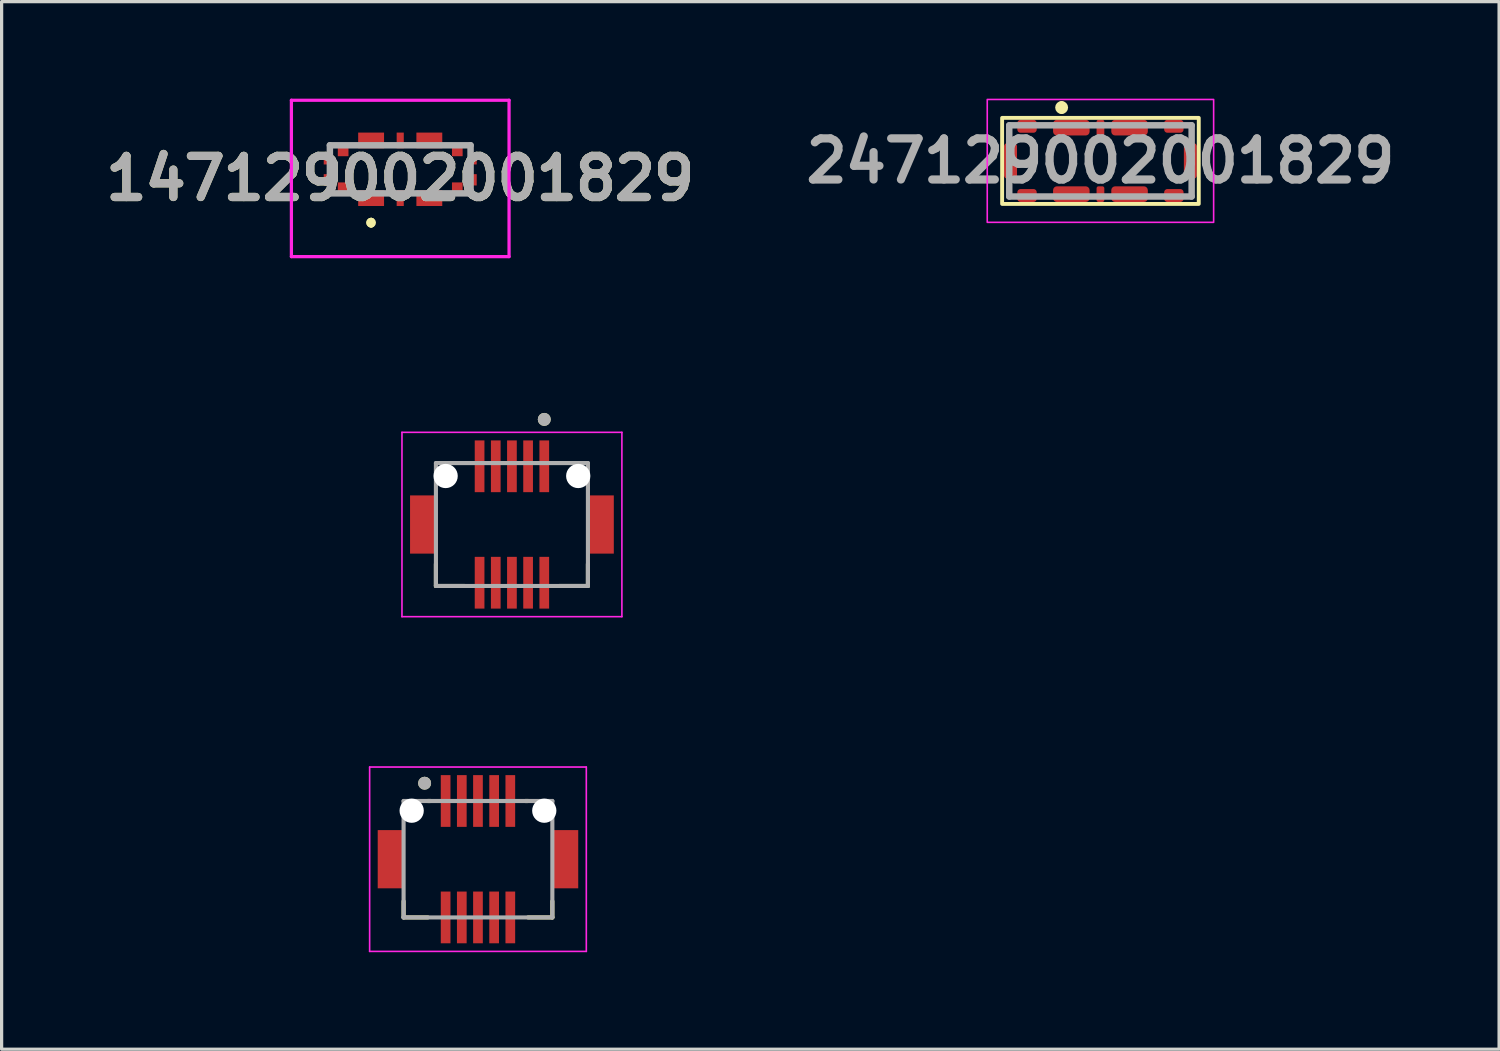
<source format=kicad_pcb>
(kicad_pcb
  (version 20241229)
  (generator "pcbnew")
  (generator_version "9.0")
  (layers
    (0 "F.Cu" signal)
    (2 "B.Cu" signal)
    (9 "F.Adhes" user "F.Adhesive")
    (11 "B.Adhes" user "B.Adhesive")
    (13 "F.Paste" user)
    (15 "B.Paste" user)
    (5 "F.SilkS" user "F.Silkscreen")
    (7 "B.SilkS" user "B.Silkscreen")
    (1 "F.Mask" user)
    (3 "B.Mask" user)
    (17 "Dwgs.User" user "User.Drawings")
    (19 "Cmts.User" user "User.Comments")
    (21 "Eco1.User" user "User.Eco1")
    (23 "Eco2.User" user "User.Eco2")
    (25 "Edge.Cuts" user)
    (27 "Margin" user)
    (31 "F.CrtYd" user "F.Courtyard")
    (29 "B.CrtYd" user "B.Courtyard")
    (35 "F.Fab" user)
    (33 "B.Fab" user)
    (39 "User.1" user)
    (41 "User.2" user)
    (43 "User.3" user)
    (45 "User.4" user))
  (footprint "247129002001829"
    (layer "F.Cu")
    (at 30.976 1.925)
    (property "Reference" "247129002001829" (at 0 0 0) (layer "User.2") (effects (font (size 1.27 1.27) (thickness 0.254))))
    (attr smd)
    (fp_rect (start -3.04 -1.33) (end 3.04 1.33) (stroke (width 0.12) (type default)) (fill no) (layer "F.SilkS"))
    (fp_arc (start -1.2 -1.75) (mid -1.1 -1.65) (end -1.2 -1.55) (stroke (width 0.2) (type solid)) (layer "F.SilkS"))
    (fp_arc (start -1.2 -1.55) (mid -1.3 -1.65) (end -1.2 -1.75) (stroke (width 0.2) (type solid)) (layer "F.SilkS"))
    (fp_rect (start -3.5 -1.9) (end 3.5 1.9) (stroke (width 0.05) (type default)) (fill no) (layer "F.CrtYd"))
    (fp_line (start -2.82 -1.1) (end 2.82 -1.1) (stroke (width 0.2) (type solid)) (layer "F.Fab"))
    (fp_line (start -2.82 1.1) (end -2.82 -1.1) (stroke (width 0.2) (type solid)) (layer "F.Fab"))
    (fp_line (start 2.82 -1.1) (end 2.82 1.1) (stroke (width 0.2) (type solid)) (layer "F.Fab"))
    (fp_line (start 2.82 1.1) (end -2.82 1.1) (stroke (width 0.2) (type solid)) (layer "F.Fab"))
    (fp_text user "${REFERENCE}" (at 0 0 0) (layer "F.Fab") (effects (font (size 1.27 1.27) (thickness 0.254))))
    (pad "A1" smd roundrect (at -0.9 -1.028 90) (size 0.485 1.13) (layers "F.Cu" "F.Mask" "F.Paste") (roundrect_rratio 0.25))
    (pad "A2" smd roundrect (at -0.9 1.028 90) (size 0.485 1.13) (layers "F.Cu" "F.Mask" "F.Paste") (roundrect_rratio 0.25))
    (pad "B1" smd roundrect (at 0 -1.028) (size 0.24 0.485) (layers "F.Cu" "F.Mask" "F.Paste") (roundrect_rratio 0.25))
    (pad "B2" smd roundrect (at 0 1.028) (size 0.24 0.485) (layers "F.Cu" "F.Mask" "F.Paste") (roundrect_rratio 0.25))
    (pad "C1" smd roundrect (at 0.9 -1.028 90) (size 0.485 1.13) (layers "F.Cu" "F.Mask" "F.Paste") (roundrect_rratio 0.25))
    (pad "C2" smd roundrect (at 0.9 1.028 90) (size 0.485 1.13) (layers "F.Cu" "F.Mask" "F.Paste") (roundrect_rratio 0.25))
    (pad "MP1" smd roundrect (at -2.78 0) (size 0.4 1.1) (layers "F.Cu" "F.Mask" "F.Paste") (roundrect_rratio 0.25))
    (pad "MP2" smd roundrect (at 2.78 0) (size 0.4 1.1) (layers "F.Cu" "F.Mask" "F.Paste") (roundrect_rratio 0.25))
    (pad "MP3" smd roundrect (at -2.27 -1.07 90) (size 0.4 0.6) (layers "F.Cu" "F.Mask" "F.Paste") (roundrect_rratio 0.25))
    (pad "MP4" smd roundrect (at 2.27 -1.07 90) (size 0.4 0.6) (layers "F.Cu" "F.Mask" "F.Paste") (roundrect_rratio 0.25))
    (pad "MP5" smd roundrect (at -2.27 1.07 90) (size 0.4 0.6) (layers "F.Cu" "F.Mask" "F.Paste") (roundrect_rratio 0.25))
    (pad "MP6" smd roundrect (at 2.27 1.07 90) (size 0.4 0.6) (layers "F.Cu" "F.Mask" "F.Paste") (roundrect_rratio 0.25)))
  (footprint "147129002001829"
    (layer "F.Cu")
    (at 9.325 2.185)
    (property "Reference" "147129002001829" (at 0 0.282 0) (layer "F.SilkS") (effects (font (size 1.27 1.27) (thickness 0.254))))
    (attr smd)
    (fp_line (start -0.9 1.6) (end -0.9 1.6) (stroke (width 0.2) (type solid)) (layer "F.SilkS"))
    (fp_line (start -0.9 1.6) (end -0.9 1.6) (stroke (width 0.2) (type solid)) (layer "F.SilkS"))
    (fp_line (start -0.9 1.7) (end -0.9 1.7) (stroke (width 0.2) (type solid)) (layer "F.SilkS"))
    (fp_arc (start -0.9 1.6) (mid -0.85 1.65) (end -0.9 1.7) (stroke (width 0.2) (type solid)) (layer "F.SilkS"))
    (fp_arc (start -0.9 1.7) (mid -0.95 1.65) (end -0.9 1.6) (stroke (width 0.2) (type solid)) (layer "F.SilkS"))
    (fp_arc (start -0.9 1.7) (mid -0.95 1.65) (end -0.9 1.6) (stroke (width 0.2) (type solid)) (layer "F.SilkS"))
    (fp_line (start -3.365 -2.135) (end 3.365 -2.135) (stroke (width 0.1) (type solid)) (layer "F.CrtYd"))
    (fp_line (start -3.365 2.7) (end -3.365 -2.135) (stroke (width 0.1) (type solid)) (layer "F.CrtYd"))
    (fp_line (start 3.365 -2.135) (end 3.365 2.7) (stroke (width 0.1) (type solid)) (layer "F.CrtYd"))
    (fp_line (start 3.365 2.7) (end -3.365 2.7) (stroke (width 0.1) (type solid)) (layer "F.CrtYd"))
    (fp_line (start -2.175 -0.743) (end 2.175 -0.743) (stroke (width 0.2) (type solid)) (layer "F.Fab"))
    (fp_line (start -2.175 0.743) (end -2.175 -0.743) (stroke (width 0.2) (type solid)) (layer "F.Fab"))
    (fp_line (start 2.175 -0.743) (end 2.175 0.743) (stroke (width 0.2) (type solid)) (layer "F.Fab"))
    (fp_line (start 2.175 0.743) (end -2.175 0.743) (stroke (width 0.2) (type solid)) (layer "F.Fab"))
    (fp_text user "${REFERENCE}" (at 0 0.282 0) (layer "F.Fab") (effects (font (size 1.27 1.27) (thickness 0.254))))
    (pad "1" smd rect (at -0.9 0.892 90) (size 0.485 0.8) (layers "F.Cu" "F.Mask" "F.Paste"))
    (pad "2" smd rect (at 0 0.892) (size 0.22 0.485) (layers "F.Cu" "F.Mask" "F.Paste"))
    (pad "3" smd rect (at 0.9 0.892 90) (size 0.485 0.8) (layers "F.Cu" "F.Mask" "F.Paste"))
    (pad "4" smd rect (at 1.765 0.595) (size 0.33 0.38) (layers "F.Cu" "F.Mask" "F.Paste"))
    (pad "5" smd rect (at 1.765 -0.595) (size 0.33 0.38) (layers "F.Cu" "F.Mask" "F.Paste"))
    (pad "6" smd rect (at 0.9 -0.893 90) (size 0.485 0.8) (layers "F.Cu" "F.Mask" "F.Paste"))
    (pad "7" smd rect (at 0 -0.893) (size 0.22 0.485) (layers "F.Cu" "F.Mask" "F.Paste"))
    (pad "8" smd rect (at -0.9 -0.893 90) (size 0.485 0.8) (layers "F.Cu" "F.Mask" "F.Paste"))
    (pad "9" smd rect (at -1.765 -0.595) (size 0.33 0.38) (layers "F.Cu" "F.Mask" "F.Paste"))
    (pad "10" smd rect (at -1.765 0.595) (size 0.33 0.38) (layers "F.Cu" "F.Mask" "F.Paste"))
    (pad "MP1" smd rect (at -2.245 0.325) (size 0.24 0.35) (layers "F.Cu" "F.Mask" "F.Paste"))
    (pad "MP2" smd rect (at 2.245 0.325) (size 0.24 0.35) (layers "F.Cu" "F.Mask" "F.Paste"))
    (pad "MP3" smd rect (at 2.245 -0.325) (size 0.24 0.35) (layers "F.Cu" "F.Mask" "F.Paste"))
    (pad "MP4" smd rect (at -2.245 -0.325) (size 0.24 0.35) (layers "F.Cu" "F.Mask" "F.Paste")))
  (footprint "AMPHENOL_10132798-011100LF"
    (layer "F.Cu")
    (at 11.729 23.517)
    (property "Reference" "AMPHENOL_10132798-011100LF" (at 0.825 -3.625 0) (layer "User.2") (effects (font (size 1 1) (thickness 0.15))))
    (attr smd)
    (fp_line (start -2.3 1.3) (end -2.3 1.8) (stroke (width 0.127) (type solid)) (layer "F.SilkS"))
    (fp_line (start -2.3 1.8) (end -1.55 1.8) (stroke (width 0.127) (type solid)) (layer "F.SilkS"))
    (fp_line (start -1.55 -1.8) (end -1.465 -1.8) (stroke (width 0.127) (type solid)) (layer "F.SilkS"))
    (fp_line (start 1.55 -1.8) (end 1.465 -1.8) (stroke (width 0.127) (type solid)) (layer "F.SilkS"))
    (fp_line (start 1.55 1.8) (end 2.3 1.8) (stroke (width 0.127) (type solid)) (layer "F.SilkS"))
    (fp_line (start 2.3 1.8) (end 2.3 1.3) (stroke (width 0.127) (type solid)) (layer "F.SilkS"))
    (fp_circle (center -1.65 -2.35) (end -1.55 -2.35) (stroke (width 0.2) (type solid)) (fill no) (layer "F.SilkS"))
    (fp_line (start -3.35 -2.85) (end 3.35 -2.85) (stroke (width 0.05) (type solid)) (layer "F.CrtYd"))
    (fp_line (start -3.35 2.85) (end -3.35 -2.85) (stroke (width 0.05) (type solid)) (layer "F.CrtYd"))
    (fp_line (start 3.35 -2.85) (end 3.35 2.85) (stroke (width 0.05) (type solid)) (layer "F.CrtYd"))
    (fp_line (start 3.35 2.85) (end -3.35 2.85) (stroke (width 0.05) (type solid)) (layer "F.CrtYd"))
    (fp_line (start -2.3 -1.8) (end 2.3 -1.8) (stroke (width 0.127) (type solid)) (layer "F.Fab"))
    (fp_line (start -2.3 1.8) (end -2.3 -1.8) (stroke (width 0.127) (type solid)) (layer "F.Fab"))
    (fp_line (start 2.3 -1.8) (end 2.3 1.8) (stroke (width 0.127) (type solid)) (layer "F.Fab"))
    (fp_line (start 2.3 1.8) (end -2.3 1.8) (stroke (width 0.127) (type solid)) (layer "F.Fab"))
    (fp_circle (center -1.65 -2.35) (end -1.55 -2.35) (stroke (width 0.2) (type solid)) (fill no) (layer "F.Fab"))
    (pad "" np_thru_hole circle (at -2.05 -1.5) (size 0.75 0.75) (drill 0.75) (layers "*.Cu" "*.Mask"))
    (pad "" np_thru_hole circle (at 2.05 -1.5) (size 0.75 0.75) (drill 0.75) (layers "*.Cu" "*.Mask"))
    (pad "1" smd rect (at -1 -1.8) (size 0.3 1.6) (layers "F.Cu" "F.Mask" "F.Paste"))
    (pad "2" smd rect (at -0.5 -1.8) (size 0.3 1.6) (layers "F.Cu" "F.Mask" "F.Paste"))
    (pad "3" smd rect (at 0 -1.8) (size 0.3 1.6) (layers "F.Cu" "F.Mask" "F.Paste"))
    (pad "4" smd rect (at 0.5 -1.8) (size 0.3 1.6) (layers "F.Cu" "F.Mask" "F.Paste"))
    (pad "5" smd rect (at 1 -1.8) (size 0.3 1.6) (layers "F.Cu" "F.Mask" "F.Paste"))
    (pad "6" smd rect (at 1 1.8) (size 0.3 1.6) (layers "F.Cu" "F.Mask" "F.Paste"))
    (pad "7" smd rect (at 0.5 1.8) (size 0.3 1.6) (layers "F.Cu" "F.Mask" "F.Paste"))
    (pad "8" smd rect (at 0 1.8) (size 0.3 1.6) (layers "F.Cu" "F.Mask" "F.Paste"))
    (pad "9" smd rect (at -0.5 1.8) (size 0.3 1.6) (layers "F.Cu" "F.Mask" "F.Paste"))
    (pad "10" smd rect (at -1 1.8) (size 0.3 1.6) (layers "F.Cu" "F.Mask" "F.Paste"))
    (pad "SH" smd rect (at -2.7 0) (size 0.8 1.8) (layers "F.Cu" "F.Mask" "F.Paste"))
    (pad "SH" smd rect (at 2.7 0) (size 0.8 1.8) (layers "F.Cu" "F.Mask" "F.Paste")))
  (footprint "AMPHENOL_10132797-011100LF"
    (layer "F.Cu")
    (at 12.779 13.168)
    (property "Reference" "AMPHENOL_10132797-011100LF" (at -0.225 -4.385 0) (layer "User.2") (effects (font (size 1 1) (thickness 0.15))))
    (attr smd)
    (fp_line (start -2.35 1.22) (end -2.35 1.9) (stroke (width 0.127) (type solid)) (layer "F.SilkS"))
    (fp_line (start -2.35 1.9) (end -1.47 1.9) (stroke (width 0.127) (type solid)) (layer "F.SilkS"))
    (fp_line (start 2.35 1.22) (end 2.35 1.9) (stroke (width 0.127) (type solid)) (layer "F.SilkS"))
    (fp_line (start 2.35 1.9) (end 1.47 1.9) (stroke (width 0.127) (type solid)) (layer "F.SilkS"))
    (fp_circle (center 1 -3.25) (end 1.1 -3.25) (stroke (width 0.2) (type solid)) (fill no) (layer "F.SilkS"))
    (fp_line (start -3.4 -2.85) (end 3.4 -2.85) (stroke (width 0.05) (type solid)) (layer "F.CrtYd"))
    (fp_line (start -3.4 2.85) (end -3.4 -2.85) (stroke (width 0.05) (type solid)) (layer "F.CrtYd"))
    (fp_line (start 3.4 -2.85) (end 3.4 2.85) (stroke (width 0.05) (type solid)) (layer "F.CrtYd"))
    (fp_line (start 3.4 2.85) (end -3.4 2.85) (stroke (width 0.05) (type solid)) (layer "F.CrtYd"))
    (fp_line (start -2.35 -1.9) (end 2.35 -1.9) (stroke (width 0.127) (type solid)) (layer "F.Fab"))
    (fp_line (start -2.35 1.9) (end -2.35 -1.9) (stroke (width 0.127) (type solid)) (layer "F.Fab"))
    (fp_line (start 2.35 -1.9) (end 2.35 1.9) (stroke (width 0.127) (type solid)) (layer "F.Fab"))
    (fp_line (start 2.35 1.9) (end -2.35 1.9) (stroke (width 0.127) (type solid)) (layer "F.Fab"))
    (fp_circle (center 1 -3.25) (end 1.1 -3.25) (stroke (width 0.2) (type solid)) (fill no) (layer "F.Fab"))
    (pad "" np_thru_hole circle (at -2.05 -1.5) (size 0.75 0.75) (drill 0.75) (layers "*.Cu" "*.Mask"))
    (pad "" np_thru_hole circle (at 2.05 -1.5) (size 0.75 0.75) (drill 0.75) (layers "*.Cu" "*.Mask"))
    (pad "1" smd rect (at 1 -1.8) (size 0.3 1.6) (layers "F.Cu" "F.Mask" "F.Paste"))
    (pad "2" smd rect (at 0.5 -1.8) (size 0.3 1.6) (layers "F.Cu" "F.Mask" "F.Paste"))
    (pad "3" smd rect (at 0 -1.8) (size 0.3 1.6) (layers "F.Cu" "F.Mask" "F.Paste"))
    (pad "4" smd rect (at -0.5 -1.8) (size 0.3 1.6) (layers "F.Cu" "F.Mask" "F.Paste"))
    (pad "5" smd rect (at -1 -1.8) (size 0.3 1.6) (layers "F.Cu" "F.Mask" "F.Paste"))
    (pad "6" smd rect (at -1 1.8) (size 0.3 1.6) (layers "F.Cu" "F.Mask" "F.Paste"))
    (pad "7" smd rect (at -0.5 1.8) (size 0.3 1.6) (layers "F.Cu" "F.Mask" "F.Paste"))
    (pad "8" smd rect (at 0 1.8) (size 0.3 1.6) (layers "F.Cu" "F.Mask" "F.Paste"))
    (pad "9" smd rect (at 0.5 1.8) (size 0.3 1.6) (layers "F.Cu" "F.Mask" "F.Paste"))
    (pad "10" smd rect (at 1 1.8) (size 0.3 1.6) (layers "F.Cu" "F.Mask" "F.Paste"))
    (pad "SH" smd rect (at -2.75 0) (size 0.8 1.8) (layers "F.Cu" "F.Mask" "F.Paste"))
    (pad "SH" smd rect (at 2.75 0) (size 0.8 1.8) (layers "F.Cu" "F.Mask" "F.Paste")))
  (gr_rect
    (start -3 -3)
    (end 43.302 29.392)
    (stroke (width 0.1) (type default))
    (fill no)
    (layer "Edge.Cuts")))
</source>
